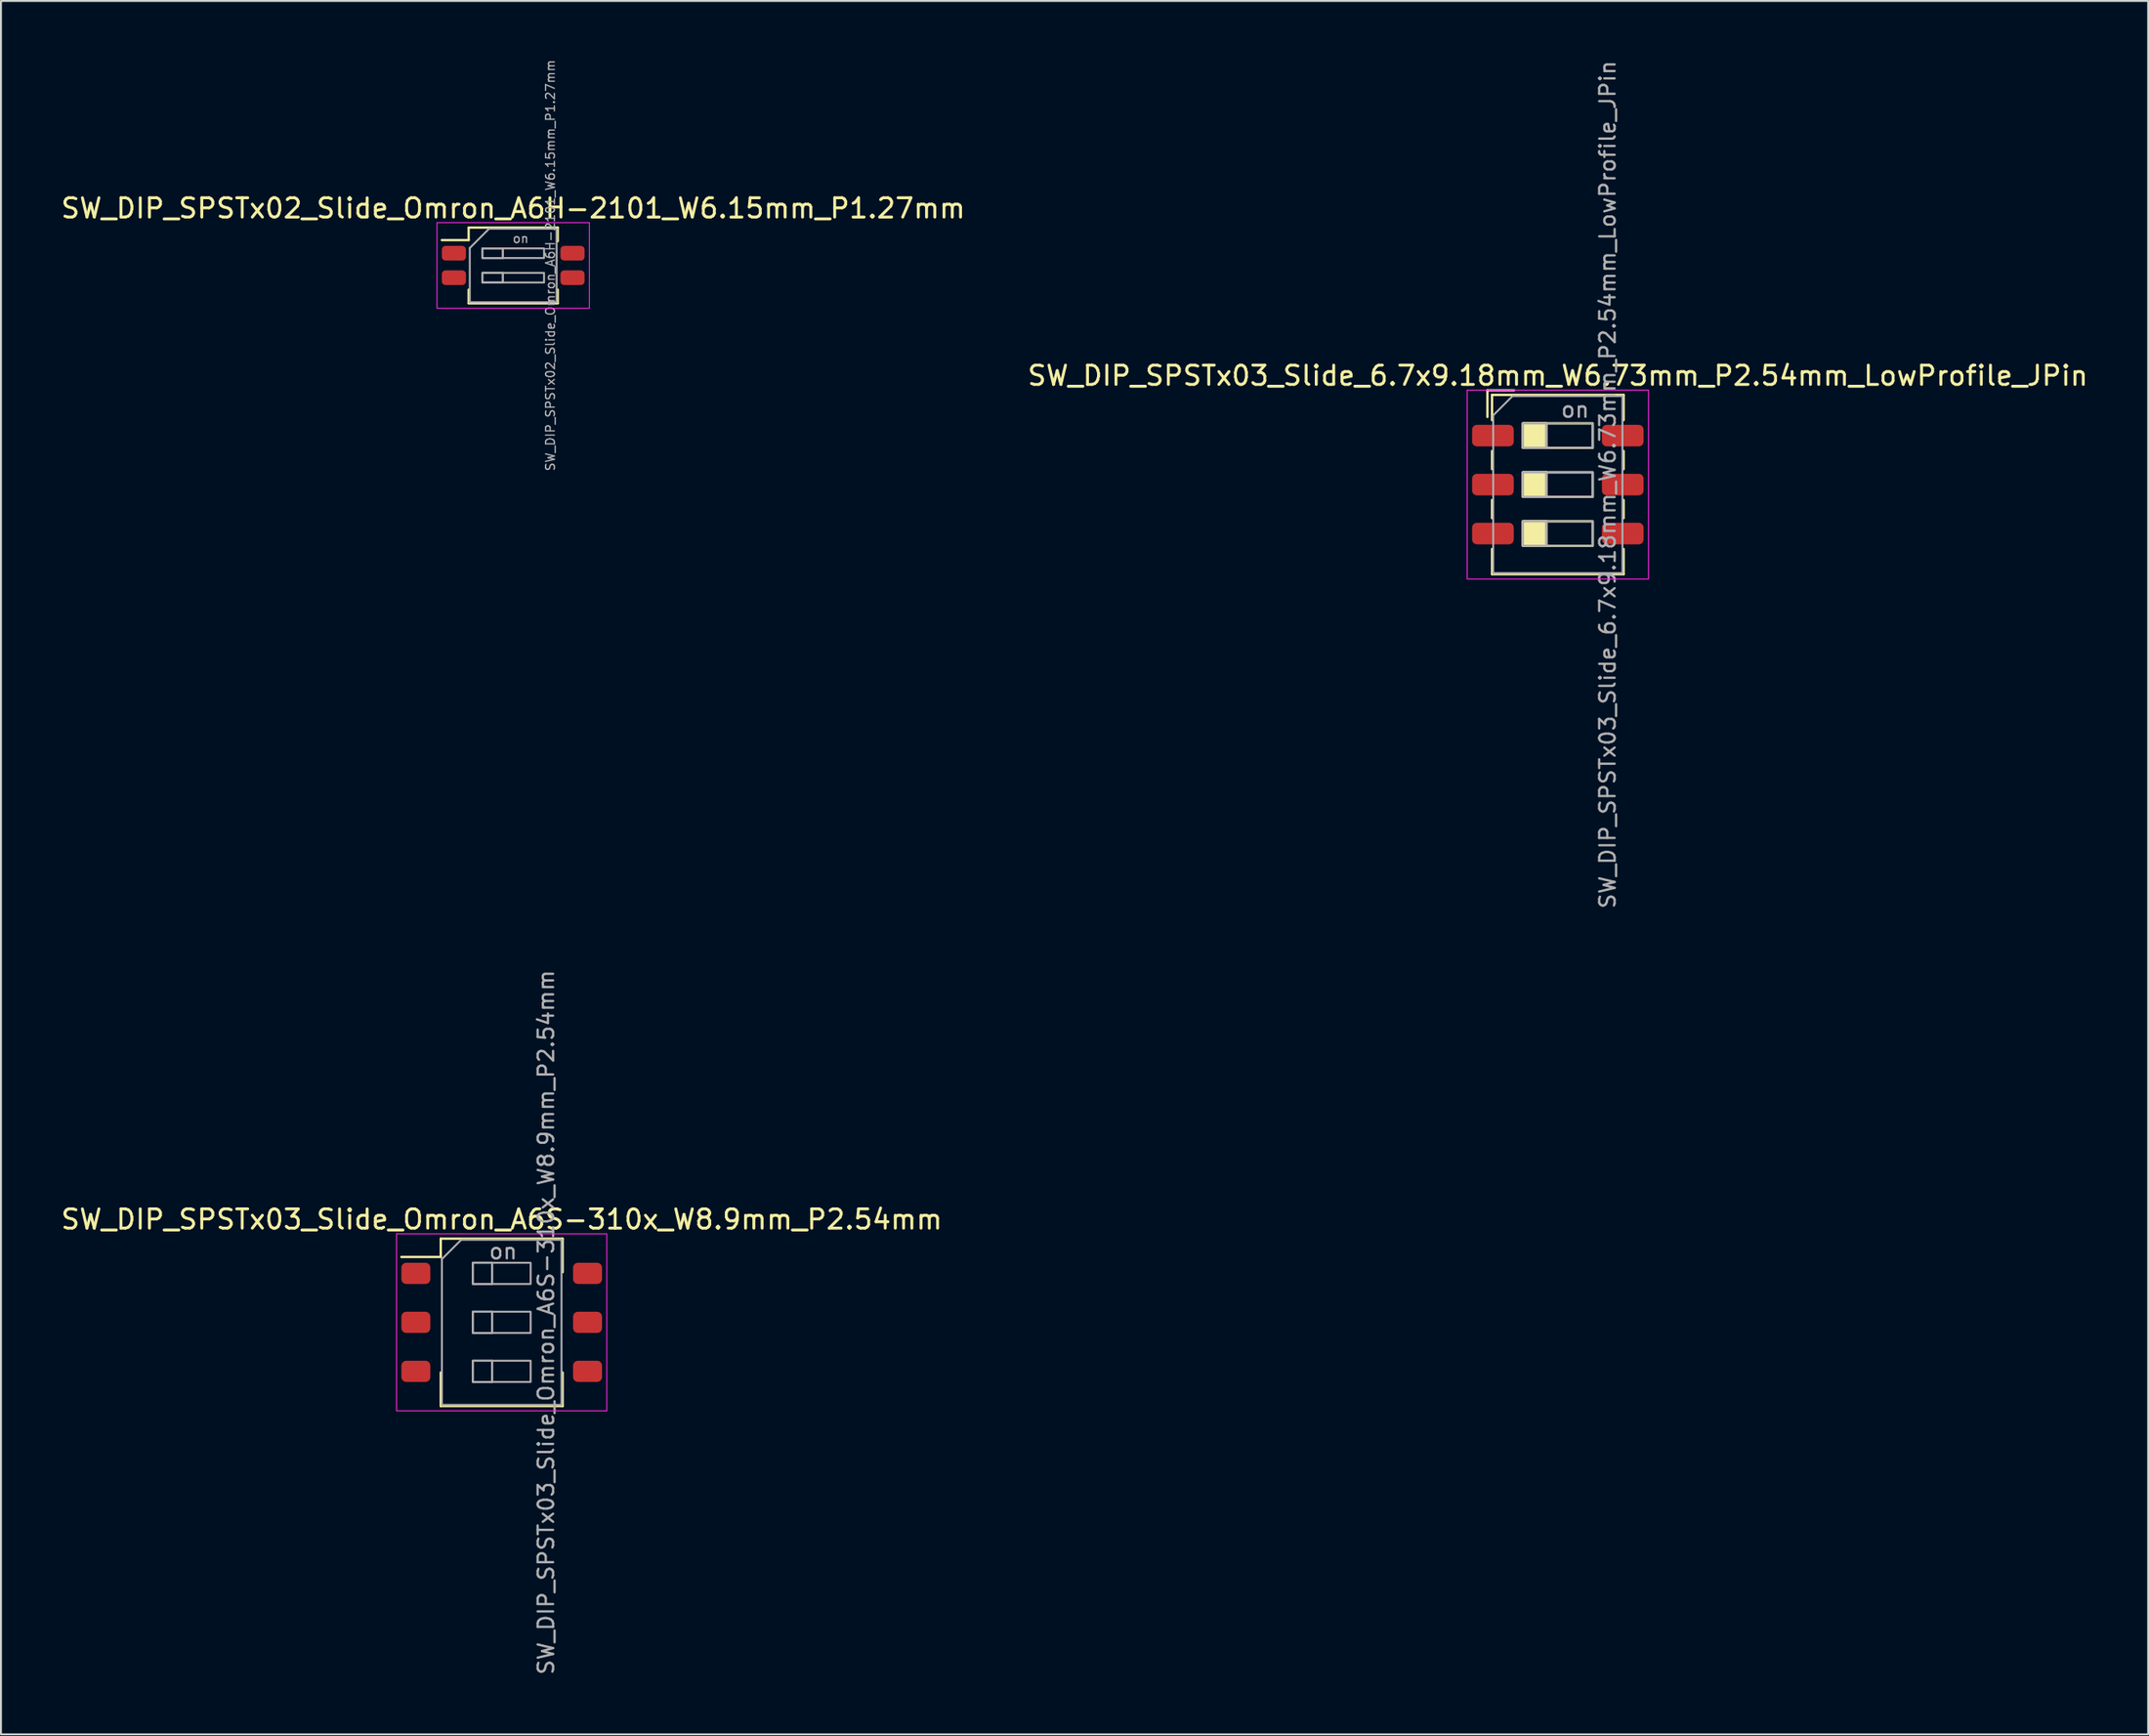
<source format=kicad_pcb>
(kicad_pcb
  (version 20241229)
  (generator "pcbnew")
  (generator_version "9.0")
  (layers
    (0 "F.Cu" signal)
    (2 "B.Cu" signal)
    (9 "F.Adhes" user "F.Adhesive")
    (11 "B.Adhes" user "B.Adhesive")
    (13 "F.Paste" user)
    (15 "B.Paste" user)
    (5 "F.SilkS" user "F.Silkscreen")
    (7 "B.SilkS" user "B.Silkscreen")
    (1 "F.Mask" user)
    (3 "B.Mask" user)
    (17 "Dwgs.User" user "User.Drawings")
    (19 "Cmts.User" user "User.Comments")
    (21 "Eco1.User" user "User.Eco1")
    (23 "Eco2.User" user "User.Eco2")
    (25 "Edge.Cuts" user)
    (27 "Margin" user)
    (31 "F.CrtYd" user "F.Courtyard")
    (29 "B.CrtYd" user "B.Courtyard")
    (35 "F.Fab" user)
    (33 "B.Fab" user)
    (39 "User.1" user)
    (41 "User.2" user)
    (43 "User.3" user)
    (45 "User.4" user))
  (footprint "SW_DIP_SPSTx03_Slide_6.7x9.18mm_W6.73mm_P2.54mm_LowProfile_JPin"
    (layer "F.Cu")
    (at 77.708 22.081)
    (property "Reference" "SW_DIP_SPSTx03_Slide_6.7x9.18mm_W6.73mm_P2.54mm_LowProfile_JPin" (at 0 -5.65 0) (layer "F.SilkS") (effects (font (size 1 1) (thickness 0.15))))
    (attr smd)
    (fp_line (start -3.65 -4.89) (end -3.65 -3.507) (stroke (width 0.12) (type solid)) (layer "F.SilkS"))
    (fp_line (start -3.65 -4.89) (end -2.267 -4.89) (stroke (width 0.12) (type solid)) (layer "F.SilkS"))
    (fp_line (start -3.41 -4.65) (end -3.41 -3.34) (stroke (width 0.12) (type solid)) (layer "F.SilkS"))
    (fp_line (start -3.41 -4.65) (end 3.41 -4.65) (stroke (width 0.12) (type solid)) (layer "F.SilkS"))
    (fp_line (start -3.41 -1.74) (end -3.41 -0.8) (stroke (width 0.12) (type solid)) (layer "F.SilkS"))
    (fp_line (start -3.41 0.8) (end -3.41 1.74) (stroke (width 0.12) (type solid)) (layer "F.SilkS"))
    (fp_line (start -3.41 3.34) (end -3.41 4.65) (stroke (width 0.12) (type solid)) (layer "F.SilkS"))
    (fp_line (start -3.41 4.65) (end 3.41 4.65) (stroke (width 0.12) (type solid)) (layer "F.SilkS"))
    (fp_line (start -0.603 -3.175) (end -0.603 -1.905) (stroke (width 0.12) (type solid)) (layer "F.SilkS"))
    (fp_line (start -0.603 -0.635) (end -0.603 0.635) (stroke (width 0.12) (type solid)) (layer "F.SilkS"))
    (fp_line (start -0.603 1.905) (end -0.603 3.175) (stroke (width 0.12) (type solid)) (layer "F.SilkS"))
    (fp_line (start 3.41 -4.65) (end 3.41 -3.34) (stroke (width 0.12) (type solid)) (layer "F.SilkS"))
    (fp_line (start 3.41 -1.74) (end 3.41 -0.8) (stroke (width 0.12) (type solid)) (layer "F.SilkS"))
    (fp_line (start 3.41 0.8) (end 3.41 1.74) (stroke (width 0.12) (type solid)) (layer "F.SilkS"))
    (fp_line (start 3.41 3.34) (end 3.41 4.65) (stroke (width 0.12) (type solid)) (layer "F.SilkS"))
    (fp_rect (start -1.81 -3.175) (end -0.603 -1.905) (stroke (width 0.12) (type solid)) (fill yes) (layer "F.SilkS"))
    (fp_rect (start -1.81 -3.175) (end 1.81 -1.905) (stroke (width 0.12) (type solid)) (fill no) (layer "F.SilkS"))
    (fp_rect (start -1.81 -0.635) (end -0.603 0.635) (stroke (width 0.12) (type solid)) (fill yes) (layer "F.SilkS"))
    (fp_rect (start -1.81 -0.635) (end 1.81 0.635) (stroke (width 0.12) (type solid)) (fill no) (layer "F.SilkS"))
    (fp_rect (start -1.81 1.905) (end -0.603 3.175) (stroke (width 0.12) (type solid)) (fill yes) (layer "F.SilkS"))
    (fp_rect (start -1.81 1.905) (end 1.81 3.175) (stroke (width 0.12) (type solid)) (fill no) (layer "F.SilkS"))
    (fp_rect (start -4.7 -4.9) (end 4.7 4.9) (stroke (width 0.05) (type solid)) (fill no) (layer "F.CrtYd"))
    (fp_line (start -3.35 -3.59) (end -2.35 -4.59) (stroke (width 0.1) (type solid)) (layer "F.Fab"))
    (fp_line (start -3.35 4.59) (end -3.35 -3.59) (stroke (width 0.1) (type solid)) (layer "F.Fab"))
    (fp_line (start -2.35 -4.59) (end 3.35 -4.59) (stroke (width 0.1) (type solid)) (layer "F.Fab"))
    (fp_line (start -0.603 -3.175) (end -0.603 -1.905) (stroke (width 0.1) (type solid)) (layer "F.Fab"))
    (fp_line (start -0.603 -0.635) (end -0.603 0.635) (stroke (width 0.1) (type solid)) (layer "F.Fab"))
    (fp_line (start -0.603 1.905) (end -0.603 3.175) (stroke (width 0.1) (type solid)) (layer "F.Fab"))
    (fp_line (start 3.35 -4.59) (end 3.35 4.59) (stroke (width 0.1) (type solid)) (layer "F.Fab"))
    (fp_line (start 3.35 4.59) (end -3.35 4.59) (stroke (width 0.1) (type solid)) (layer "F.Fab"))
    (fp_rect (start -1.81 -3.175) (end -0.603 -1.905) (stroke (width 0.1) (type solid)) (fill no) (layer "F.Fab"))
    (fp_rect (start -1.81 -3.175) (end 1.81 -1.905) (stroke (width 0.1) (type solid)) (fill no) (layer "F.Fab"))
    (fp_rect (start -1.81 -0.635) (end -0.603 0.635) (stroke (width 0.1) (type solid)) (fill no) (layer "F.Fab"))
    (fp_rect (start -1.81 -0.635) (end 1.81 0.635) (stroke (width 0.1) (type solid)) (fill no) (layer "F.Fab"))
    (fp_rect (start -1.81 1.905) (end -0.603 3.175) (stroke (width 0.1) (type solid)) (fill no) (layer "F.Fab"))
    (fp_rect (start -1.81 1.905) (end 1.81 3.175) (stroke (width 0.1) (type solid)) (fill no) (layer "F.Fab"))
    (fp_text user "on" (at 0.897 -3.882 0) (layer "F.Fab") (effects (font (size 0.8 0.8) (thickness 0.12))))
    (fp_text user "${REFERENCE}" (at 2.58 0 90) (layer "F.Fab") (effects (font (size 0.8 0.8) (thickness 0.12))))
    (pad "1" smd roundrect (at -3.365 -2.54) (size 2.16 1.12) (layers "F.Cu" "F.Mask" "F.Paste") (roundrect_rratio 0.223))
    (pad "2" smd roundrect (at -3.365 0) (size 2.16 1.12) (layers "F.Cu" "F.Mask" "F.Paste") (roundrect_rratio 0.223))
    (pad "3" smd roundrect (at -3.365 2.54) (size 2.16 1.12) (layers "F.Cu" "F.Mask" "F.Paste") (roundrect_rratio 0.223))
    (pad "4" smd roundrect (at 3.365 2.54) (size 2.16 1.12) (layers "F.Cu" "F.Mask" "F.Paste") (roundrect_rratio 0.223))
    (pad "5" smd roundrect (at 3.365 0) (size 2.16 1.12) (layers "F.Cu" "F.Mask" "F.Paste") (roundrect_rratio 0.223))
    (pad "6" smd roundrect (at 3.365 -2.54) (size 2.16 1.12) (layers "F.Cu" "F.Mask" "F.Paste") (roundrect_rratio 0.223)))
  (footprint "SW_DIP_SPSTx02_Slide_Omron_A6H-2101_W6.15mm_P1.27mm"
    (layer "F.Cu")
    (at 23.554 10.717)
    (property "Reference" "SW_DIP_SPSTx02_Slide_Omron_A6H-2101_W6.15mm_P1.27mm" (at 0 -2.965 0) (layer "F.SilkS") (effects (font (size 1 1) (thickness 0.15))))
    (attr smd)
    (fp_line (start -3.7 -1.315) (end -2.31 -1.315) (stroke (width 0.12) (type solid)) (layer "F.SilkS"))
    (fp_line (start -2.31 -1.965) (end -2.31 -1.315) (stroke (width 0.12) (type solid)) (layer "F.SilkS"))
    (fp_line (start -2.31 -1.965) (end 2.31 -1.965) (stroke (width 0.12) (type solid)) (layer "F.SilkS"))
    (fp_line (start -2.31 1.965) (end -2.31 1.255) (stroke (width 0.12) (type solid)) (layer "F.SilkS"))
    (fp_line (start -2.31 1.965) (end 2.31 1.965) (stroke (width 0.12) (type solid)) (layer "F.SilkS"))
    (fp_line (start 2.31 -1.965) (end 2.31 -1.255) (stroke (width 0.12) (type solid)) (layer "F.SilkS"))
    (fp_line (start 2.31 1.965) (end 2.31 1.255) (stroke (width 0.12) (type solid)) (layer "F.SilkS"))
    (fp_rect (start -3.95 -2.22) (end 3.95 2.22) (stroke (width 0.05) (type solid)) (fill no) (layer "F.CrtYd"))
    (fp_line (start -2.25 -0.905) (end -1.25 -1.905) (stroke (width 0.1) (type solid)) (layer "F.Fab"))
    (fp_line (start -2.25 1.905) (end -2.25 -0.905) (stroke (width 0.1) (type solid)) (layer "F.Fab"))
    (fp_line (start -1.25 -1.905) (end 2.25 -1.905) (stroke (width 0.1) (type solid)) (layer "F.Fab"))
    (fp_line (start -0.533 -0.885) (end -0.533 -0.385) (stroke (width 0.1) (type solid)) (layer "F.Fab"))
    (fp_line (start -0.533 0.385) (end -0.533 0.885) (stroke (width 0.1) (type solid)) (layer "F.Fab"))
    (fp_line (start 2.25 -1.905) (end 2.25 1.905) (stroke (width 0.1) (type solid)) (layer "F.Fab"))
    (fp_line (start 2.25 1.905) (end -2.25 1.905) (stroke (width 0.1) (type solid)) (layer "F.Fab"))
    (fp_rect (start -1.6 -0.885) (end -0.533 -0.385) (stroke (width 0.1) (type solid)) (fill no) (layer "F.Fab"))
    (fp_rect (start -1.6 -0.885) (end 1.6 -0.385) (stroke (width 0.1) (type solid)) (fill no) (layer "F.Fab"))
    (fp_rect (start -1.6 0.385) (end -0.533 0.885) (stroke (width 0.1) (type solid)) (fill no) (layer "F.Fab"))
    (fp_rect (start -1.6 0.385) (end 1.6 0.885) (stroke (width 0.1) (type solid)) (fill no) (layer "F.Fab"))
    (fp_text user "on" (at 0.388 -1.395 0) (layer "F.Fab") (effects (font (size 0.455 0.455) (thickness 0.068))))
    (fp_text user "${REFERENCE}" (at 1.925 0 90) (layer "F.Fab") (effects (font (size 0.455 0.455) (thickness 0.068))))
    (pad "1" smd roundrect (at -3.075 -0.635) (size 1.25 0.76) (layers "F.Cu" "F.Mask" "F.Paste") (roundrect_rratio 0.25))
    (pad "2" smd roundrect (at -3.075 0.635) (size 1.25 0.76) (layers "F.Cu" "F.Mask" "F.Paste") (roundrect_rratio 0.25))
    (pad "3" smd roundrect (at 3.075 0.635) (size 1.25 0.76) (layers "F.Cu" "F.Mask" "F.Paste") (roundrect_rratio 0.25))
    (pad "4" smd roundrect (at 3.075 -0.635) (size 1.25 0.76) (layers "F.Cu" "F.Mask" "F.Paste") (roundrect_rratio 0.25)))
  (footprint "SW_DIP_SPSTx03_Slide_Omron_A6S-310x_W8.9mm_P2.54mm"
    (layer "F.Cu")
    (at 22.958 65.529)
    (property "Reference" "SW_DIP_SPSTx03_Slide_Omron_A6S-310x_W8.9mm_P2.54mm" (at 0 -5.34 0) (layer "F.SilkS") (effects (font (size 1 1) (thickness 0.15))))
    (attr smd)
    (fp_line (start -5.2 -3.39) (end -3.16 -3.39) (stroke (width 0.12) (type solid)) (layer "F.SilkS"))
    (fp_line (start -3.16 -4.34) (end -3.16 -3.39) (stroke (width 0.12) (type solid)) (layer "F.SilkS"))
    (fp_line (start -3.16 -4.34) (end 3.16 -4.34) (stroke (width 0.12) (type solid)) (layer "F.SilkS"))
    (fp_line (start -3.16 4.34) (end -3.16 2.6) (stroke (width 0.12) (type solid)) (layer "F.SilkS"))
    (fp_line (start -3.16 4.34) (end 3.16 4.34) (stroke (width 0.12) (type solid)) (layer "F.SilkS"))
    (fp_line (start 3.16 -4.34) (end 3.16 -2.6) (stroke (width 0.12) (type solid)) (layer "F.SilkS"))
    (fp_line (start 3.16 4.34) (end 3.16 2.6) (stroke (width 0.12) (type solid)) (layer "F.SilkS"))
    (fp_rect (start -5.45 -4.59) (end 5.45 4.59) (stroke (width 0.05) (type solid)) (fill no) (layer "F.CrtYd"))
    (fp_line (start -3.1 -3.28) (end -2.1 -4.28) (stroke (width 0.1) (type solid)) (layer "F.Fab"))
    (fp_line (start -3.1 4.28) (end -3.1 -3.28) (stroke (width 0.1) (type solid)) (layer "F.Fab"))
    (fp_line (start -2.1 -4.28) (end 3.1 -4.28) (stroke (width 0.1) (type solid)) (layer "F.Fab"))
    (fp_line (start -0.5 -3.09) (end -0.5 -1.99) (stroke (width 0.1) (type solid)) (layer "F.Fab"))
    (fp_line (start -0.5 -0.55) (end -0.5 0.55) (stroke (width 0.1) (type solid)) (layer "F.Fab"))
    (fp_line (start -0.5 1.99) (end -0.5 3.09) (stroke (width 0.1) (type solid)) (layer "F.Fab"))
    (fp_line (start 3.1 -4.28) (end 3.1 4.28) (stroke (width 0.1) (type solid)) (layer "F.Fab"))
    (fp_line (start 3.1 4.28) (end -3.1 4.28) (stroke (width 0.1) (type solid)) (layer "F.Fab"))
    (fp_rect (start -1.5 -3.09) (end -0.5 -1.99) (stroke (width 0.1) (type solid)) (fill no) (layer "F.Fab"))
    (fp_rect (start -1.5 -3.09) (end 1.5 -1.99) (stroke (width 0.1) (type solid)) (fill no) (layer "F.Fab"))
    (fp_rect (start -1.5 -0.55) (end -0.5 0.55) (stroke (width 0.1) (type solid)) (fill no) (layer "F.Fab"))
    (fp_rect (start -1.5 -0.55) (end 1.5 0.55) (stroke (width 0.1) (type solid)) (fill no) (layer "F.Fab"))
    (fp_rect (start -1.5 1.99) (end -0.5 3.09) (stroke (width 0.1) (type solid)) (fill no) (layer "F.Fab"))
    (fp_rect (start -1.5 1.99) (end 1.5 3.09) (stroke (width 0.1) (type solid)) (fill no) (layer "F.Fab"))
    (fp_text user "on" (at 0.075 -3.685 0) (layer "F.Fab") (effects (font (size 0.8 0.8) (thickness 0.12))))
    (fp_text user "${REFERENCE}" (at 2.3 0 90) (layer "F.Fab") (effects (font (size 0.8 0.8) (thickness 0.12))))
    (pad "1" smd roundrect (at -4.45 -2.54) (size 1.5 1.1) (layers "F.Cu" "F.Mask" "F.Paste") (roundrect_rratio 0.227))
    (pad "2" smd roundrect (at -4.45 0) (size 1.5 1.1) (layers "F.Cu" "F.Mask" "F.Paste") (roundrect_rratio 0.227))
    (pad "3" smd roundrect (at -4.45 2.54) (size 1.5 1.1) (layers "F.Cu" "F.Mask" "F.Paste") (roundrect_rratio 0.227))
    (pad "4" smd roundrect (at 4.45 2.54) (size 1.5 1.1) (layers "F.Cu" "F.Mask" "F.Paste") (roundrect_rratio 0.227))
    (pad "5" smd roundrect (at 4.45 0) (size 1.5 1.1) (layers "F.Cu" "F.Mask" "F.Paste") (roundrect_rratio 0.227))
    (pad "6" smd roundrect (at 4.45 -2.54) (size 1.5 1.1) (layers "F.Cu" "F.Mask" "F.Paste") (roundrect_rratio 0.227)))
  (gr_rect
    (start -3 -3)
    (end 108.31 86.895)
    (stroke (width 0.1) (type default))
    (fill no)
    (layer "Edge.Cuts")))
</source>
